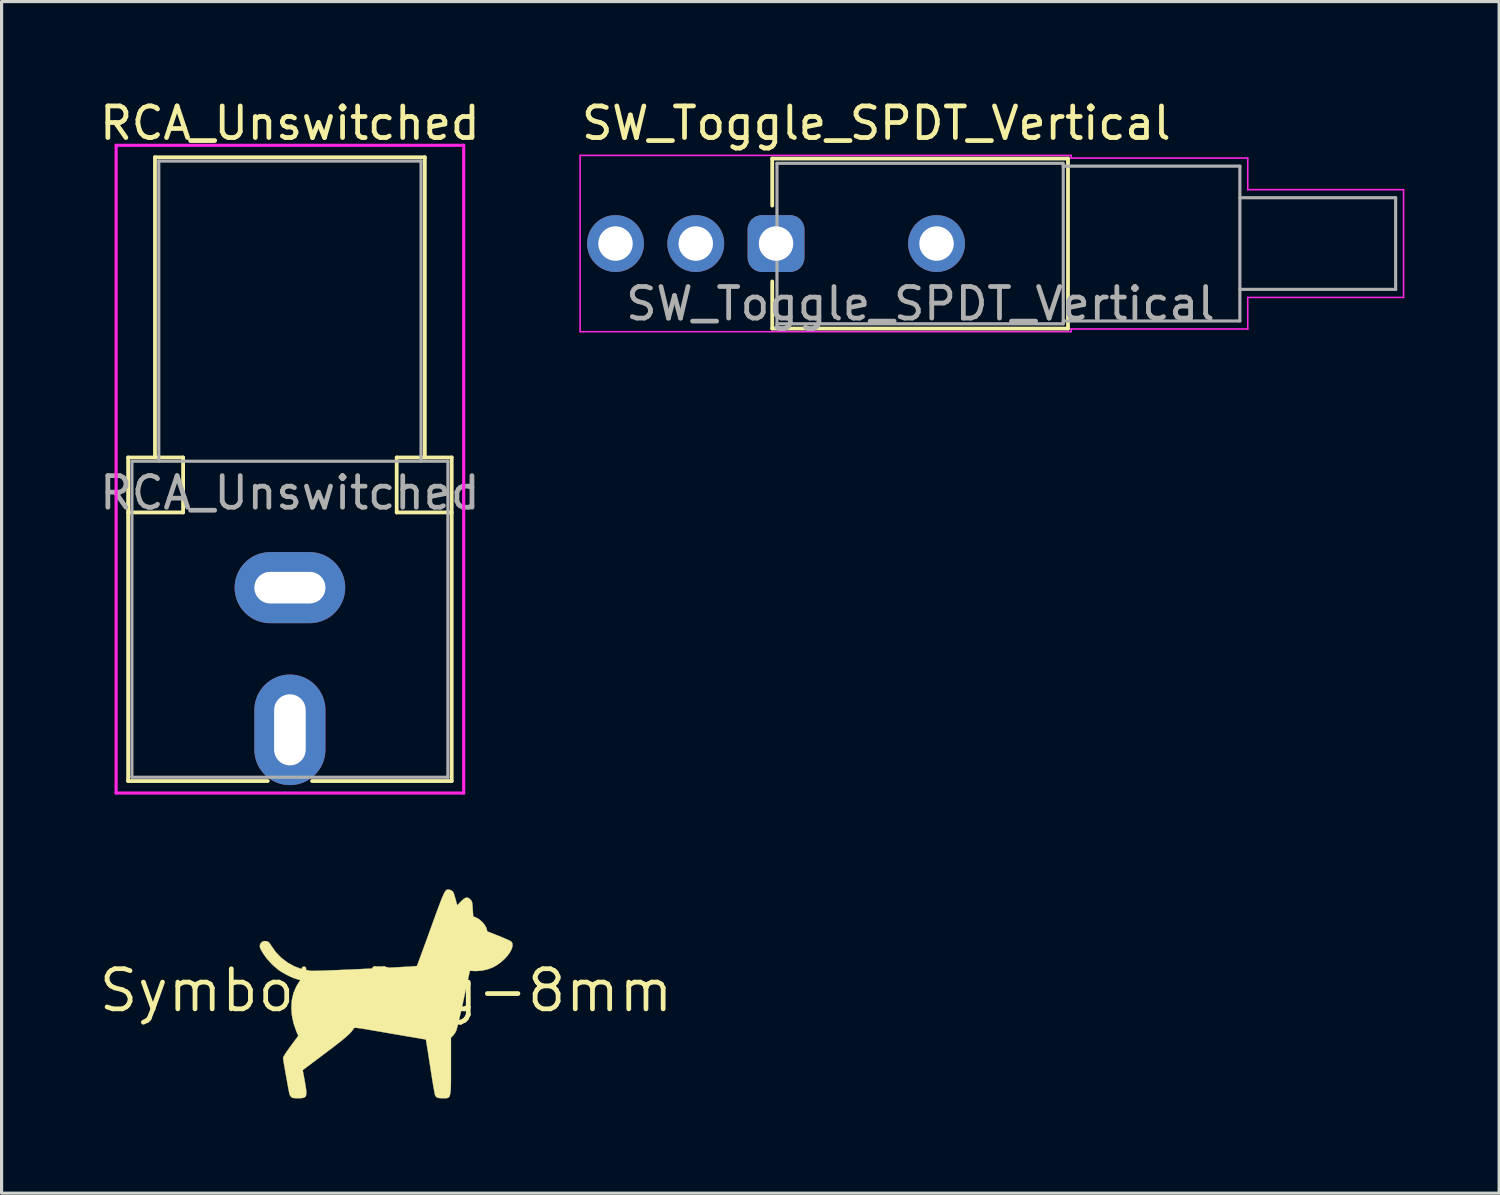
<source format=kicad_pcb>
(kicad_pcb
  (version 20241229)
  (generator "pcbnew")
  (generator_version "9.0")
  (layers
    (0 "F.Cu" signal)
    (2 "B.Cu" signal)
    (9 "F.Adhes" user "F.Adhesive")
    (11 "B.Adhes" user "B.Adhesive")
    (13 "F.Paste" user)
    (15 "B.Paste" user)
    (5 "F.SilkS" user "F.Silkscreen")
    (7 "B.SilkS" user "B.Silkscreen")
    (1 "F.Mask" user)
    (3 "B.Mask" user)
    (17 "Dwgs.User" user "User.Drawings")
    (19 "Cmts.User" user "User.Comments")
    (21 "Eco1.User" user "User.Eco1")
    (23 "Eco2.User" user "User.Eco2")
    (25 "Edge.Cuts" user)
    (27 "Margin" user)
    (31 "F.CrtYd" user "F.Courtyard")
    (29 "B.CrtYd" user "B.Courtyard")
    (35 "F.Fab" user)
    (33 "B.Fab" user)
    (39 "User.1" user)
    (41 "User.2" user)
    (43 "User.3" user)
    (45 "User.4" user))
  (footprint "SW_Toggle_SPDT_Vertical"
    (layer "F.Cu")
    (at 21.51 4.658)
    (property "Reference" "SW_Toggle_SPDT_Vertical" (at 3.175 -3.81 180) (layer "F.SilkS") (effects (font (size 1 1) (thickness 0.15))))
    (attr through_hole)
    (fp_line (start -0.12 -1.2) (end -0.12 -2.69) (stroke (width 0.12) (type solid)) (layer "F.SilkS"))
    (fp_line (start -0.12 2.69) (end -0.12 1.2) (stroke (width 0.12) (type solid)) (layer "F.SilkS"))
    (fp_line (start -0.12 2.69) (end 9.24 2.69) (stroke (width 0.12) (type solid)) (layer "F.SilkS"))
    (fp_line (start 9.24 -2.69) (end -0.12 -2.69) (stroke (width 0.12) (type solid)) (layer "F.SilkS"))
    (fp_line (start 9.24 2.69) (end 9.24 -2.69) (stroke (width 0.12) (type solid)) (layer "F.SilkS"))
    (fp_line (start -6.2 -2.79) (end 9.34 -2.79) (stroke (width 0.05) (type solid)) (layer "F.CrtYd"))
    (fp_line (start -6.2 2.79) (end -6.2 -2.79) (stroke (width 0.05) (type solid)) (layer "F.CrtYd"))
    (fp_line (start 9.34 -2.79) (end 9.34 -2.705) (stroke (width 0.05) (type solid)) (layer "F.CrtYd"))
    (fp_line (start 9.34 -2.705) (end 14.93 -2.705) (stroke (width 0.05) (type solid)) (layer "F.CrtYd"))
    (fp_line (start 9.34 2.705) (end 9.34 2.79) (stroke (width 0.05) (type solid)) (layer "F.CrtYd"))
    (fp_line (start 9.34 2.79) (end -6.2 2.79) (stroke (width 0.05) (type solid)) (layer "F.CrtYd"))
    (fp_line (start 14.93 -2.705) (end 14.93 -1.705) (stroke (width 0.05) (type solid)) (layer "F.CrtYd"))
    (fp_line (start 14.93 -1.705) (end 19.86 -1.705) (stroke (width 0.05) (type solid)) (layer "F.CrtYd"))
    (fp_line (start 14.93 2.705) (end 9.34 2.705) (stroke (width 0.05) (type solid)) (layer "F.CrtYd"))
    (fp_line (start 14.93 2.705) (end 14.93 1.705) (stroke (width 0.05) (type solid)) (layer "F.CrtYd"))
    (fp_line (start 19.86 -1.705) (end 19.86 1.705) (stroke (width 0.05) (type solid)) (layer "F.CrtYd"))
    (fp_line (start 19.86 1.705) (end 14.93 1.705) (stroke (width 0.05) (type solid)) (layer "F.CrtYd"))
    (fp_line (start 0.03 -2.54) (end 9.08 -2.54) (stroke (width 0.1) (type solid)) (layer "F.Fab"))
    (fp_line (start 0.03 2.54) (end 0.03 -2.54) (stroke (width 0.1) (type solid)) (layer "F.Fab"))
    (fp_line (start 9.09 -2.54) (end 9.09 2.54) (stroke (width 0.1) (type solid)) (layer "F.Fab"))
    (fp_line (start 9.09 2.54) (end 0.03 2.54) (stroke (width 0.1) (type solid)) (layer "F.Fab"))
    (fp_line (start 14.68 -2.45) (end 9.09 -2.45) (stroke (width 0.1) (type solid)) (layer "F.Fab"))
    (fp_line (start 14.68 2.45) (end 9.09 2.45) (stroke (width 0.1) (type solid)) (layer "F.Fab"))
    (fp_line (start 14.68 2.45) (end 14.68 -2.45) (stroke (width 0.1) (type solid)) (layer "F.Fab"))
    (fp_line (start 19.61 -1.45) (end 14.68 -1.45) (stroke (width 0.1) (type solid)) (layer "F.Fab"))
    (fp_line (start 19.61 1.45) (end 14.68 1.45) (stroke (width 0.1) (type solid)) (layer "F.Fab"))
    (fp_line (start 19.61 1.45) (end 19.61 -1.45) (stroke (width 0.1) (type solid)) (layer "F.Fab"))
    (fp_text user "${REFERENCE}" (at 4.572 1.905 180) (layer "F.Fab") (effects (font (size 1 1) (thickness 0.15))))
    (pad "" thru_hole circle (at 5.08 0 180) (size 1.8 1.8) (drill 1.09) (layers "*.Cu" "*.Mask"))
    (pad "1" thru_hole roundrect (at 0 0 180) (size 1.8 1.8) (drill 1.09) (layers "*.Cu" "*.Mask") (roundrect_rratio 0.25))
    (pad "2" thru_hole circle (at -2.54 0 180) (size 1.8 1.8) (drill 1.09) (layers "*.Cu" "*.Mask"))
    (pad "3" thru_hole circle (at -5.08 0 180) (size 1.8 1.8) (drill 1.09) (layers "*.Cu" "*.Mask")))
  (footprint "Symbol-Dog-8mm"
    (layer "F.Cu")
    (at 9.169 28.299)
    (property "Reference" "Symbol-Dog-8mm" (at 0 0 0) (layer "F.SilkS") (effects (font (size 1.27 1.27) (thickness 0.15))))
    (attr through_hole)
    (fp_poly (pts (xy 2.04 -3.181) (xy 2.101 -3.144) (xy 2.132 -3.104) (xy 2.147 -3.063) (xy 2.168 -2.994) (xy 2.193 -2.909) (xy 2.202 -2.878) (xy 2.251 -2.697) (xy 2.37 -2.82) (xy 2.451 -2.895) (xy 2.517 -2.935) (xy 2.574 -2.941) (xy 2.629 -2.915) (xy 2.667 -2.882) (xy 2.693 -2.853) (xy 2.711 -2.823) (xy 2.723 -2.782) (xy 2.732 -2.72) (xy 2.739 -2.629) (xy 2.742 -2.585) (xy 2.757 -2.348) (xy 2.861 -2.304) (xy 2.953 -2.249) (xy 3.042 -2.171) (xy 3.118 -2.08) (xy 3.169 -1.989) (xy 3.179 -1.959) (xy 3.203 -1.872) (xy 3.57 -1.726) (xy 3.688 -1.678) (xy 3.794 -1.633) (xy 3.881 -1.593) (xy 3.941 -1.563) (xy 3.969 -1.545) (xy 4 -1.481) (xy 4 -1.398) (xy 3.97 -1.303) (xy 3.914 -1.2) (xy 3.836 -1.094) (xy 3.739 -0.989) (xy 3.627 -0.89) (xy 3.503 -0.801) (xy 3.374 -0.73) (xy 3.21 -0.67) (xy 3.027 -0.63) (xy 2.846 -0.617) (xy 2.802 -0.618) (xy 2.651 -0.625) (xy 2.456 0.275) (xy 2.414 0.468) (xy 2.373 0.651) (xy 2.334 0.82) (xy 2.299 0.97) (xy 2.268 1.095) (xy 2.243 1.192) (xy 2.226 1.254) (xy 2.219 1.273) (xy 2.18 1.345) (xy 2.133 1.411) (xy 2.115 1.43) (xy 2.053 1.49) (xy 2.053 2.376) (xy 2.053 2.611) (xy 2.053 2.808) (xy 2.051 2.97) (xy 2.047 3.099) (xy 2.04 3.201) (xy 2.029 3.277) (xy 2.013 3.332) (xy 1.992 3.369) (xy 1.963 3.392) (xy 1.927 3.403) (xy 1.882 3.408) (xy 1.828 3.408) (xy 1.785 3.408) (xy 1.687 3.404) (xy 1.621 3.389) (xy 1.579 3.36) (xy 1.551 3.312) (xy 1.549 3.308) (xy 1.541 3.275) (xy 1.528 3.204) (xy 1.509 3.102) (xy 1.487 2.972) (xy 1.462 2.819) (xy 1.434 2.649) (xy 1.405 2.465) (xy 1.396 2.402) (xy 1.367 2.219) (xy 1.341 2.048) (xy 1.317 1.896) (xy 1.296 1.766) (xy 1.28 1.663) (xy 1.268 1.591) (xy 1.262 1.555) (xy 1.261 1.552) (xy 1.241 1.547) (xy 1.185 1.537) (xy 1.102 1.522) (xy 0.999 1.504) (xy 0.931 1.493) (xy 0.833 1.476) (xy 0.7 1.454) (xy 0.54 1.426) (xy 0.361 1.396) (xy 0.169 1.363) (xy -0.029 1.329) (xy -0.199 1.299) (xy -0.404 1.264) (xy -0.572 1.235) (xy -0.705 1.213) (xy -0.809 1.197) (xy -0.886 1.187) (xy -0.942 1.181) (xy -0.979 1.18) (xy -1.003 1.183) (xy -1.016 1.189) (xy -1.021 1.196) (xy -1.052 1.244) (xy -1.091 1.295) (xy -1.142 1.351) (xy -1.207 1.414) (xy -1.291 1.488) (xy -1.395 1.574) (xy -1.524 1.676) (xy -1.68 1.797) (xy -1.867 1.938) (xy -1.928 1.985) (xy -2.639 2.519) (xy -2.579 2.842) (xy -2.549 3.01) (xy -2.53 3.141) (xy -2.523 3.239) (xy -2.53 3.31) (xy -2.553 3.358) (xy -2.593 3.387) (xy -2.652 3.402) (xy -2.732 3.407) (xy -2.787 3.408) (xy -2.879 3.406) (xy -2.939 3.4) (xy -2.978 3.387) (xy -3.005 3.366) (xy -3.041 3.317) (xy -3.058 3.276) (xy -3.07 3.217) (xy -3.087 3.129) (xy -3.108 3.019) (xy -3.131 2.892) (xy -3.155 2.757) (xy -3.18 2.62) (xy -3.203 2.487) (xy -3.224 2.366) (xy -3.241 2.264) (xy -3.253 2.187) (xy -3.259 2.143) (xy -3.26 2.136) (xy -3.246 2.097) (xy -3.208 2.029) (xy -3.145 1.934) (xy -3.06 1.814) (xy -3.02 1.759) (xy -2.779 1.433) (xy -2.841 1.288) (xy -2.929 1.035) (xy -2.981 0.784) (xy -2.999 0.538) (xy -2.982 0.301) (xy -2.93 0.078) (xy -2.843 -0.126) (xy -2.795 -0.207) (xy -2.715 -0.332) (xy -2.818 -0.359) (xy -2.919 -0.392) (xy -3.04 -0.444) (xy -3.169 -0.509) (xy -3.293 -0.579) (xy -3.399 -0.647) (xy -3.418 -0.662) (xy -3.612 -0.831) (xy -3.788 -1.028) (xy -3.894 -1.178) (xy -3.954 -1.279) (xy -3.988 -1.357) (xy -3.997 -1.42) (xy -3.981 -1.473) (xy -3.957 -1.511) (xy -3.91 -1.552) (xy -3.848 -1.566) (xy -3.834 -1.566) (xy -3.769 -1.56) (xy -3.719 -1.534) (xy -3.674 -1.482) (xy -3.64 -1.429) (xy -3.496 -1.222) (xy -3.321 -1.04) (xy -3.12 -0.886) (xy -2.898 -0.764) (xy -2.661 -0.676) (xy -2.414 -0.627) (xy -2.371 -0.623) (xy -2.328 -0.622) (xy -2.249 -0.623) (xy -2.138 -0.626) (xy -1.998 -0.63) (xy -1.833 -0.636) (xy -1.647 -0.643) (xy -1.445 -0.651) (xy -1.229 -0.661) (xy -1.004 -0.67) (xy -0.775 -0.681) (xy -0.544 -0.692) (xy -0.315 -0.703) (xy -0.093 -0.713) (xy 0.118 -0.724) (xy 0.315 -0.734) (xy 0.494 -0.744) (xy 0.65 -0.753) (xy 0.78 -0.761) (xy 0.88 -0.768) (xy 0.946 -0.774) (xy 0.975 -0.778) (xy 0.975 -0.779) (xy 0.985 -0.801) (xy 1.007 -0.859) (xy 1.041 -0.95) (xy 1.086 -1.071) (xy 1.139 -1.217) (xy 1.201 -1.385) (xy 1.269 -1.571) (xy 1.342 -1.772) (xy 1.408 -1.954) (xy 1.499 -2.207) (xy 1.578 -2.423) (xy 1.645 -2.606) (xy 1.702 -2.757) (xy 1.75 -2.88) (xy 1.79 -2.977) (xy 1.823 -3.053) (xy 1.852 -3.108) (xy 1.877 -3.147) (xy 1.9 -3.173) (xy 1.921 -3.188) (xy 1.943 -3.194) (xy 1.966 -3.196) (xy 1.97 -3.196) (xy 2.04 -3.181)) (stroke (width 0.01) (type solid)) (fill yes) (layer "F.SilkS")))
  (footprint "RCA_Unswitched"
    (layer "F.Cu")
    (at 6.125 20.048)
    (property "Reference" "RCA_Unswitched" (at 0 -19.2 180) (layer "F.SilkS") (effects (font (size 1 1) (thickness 0.15))))
    (attr through_hole)
    (fp_line (start -5.12 -8.62) (end -5.12 1.62) (stroke (width 0.12) (type solid)) (layer "F.SilkS"))
    (fp_line (start -5.12 -6.88) (end -3.38 -6.88) (stroke (width 0.12) (type solid)) (layer "F.SilkS"))
    (fp_line (start -4.27 -18.12) (end 4.27 -18.12) (stroke (width 0.12) (type solid)) (layer "F.SilkS"))
    (fp_line (start -4.27 -8.62) (end -4.27 -18.12) (stroke (width 0.12) (type solid)) (layer "F.SilkS"))
    (fp_line (start -3.38 -8.62) (end -5.12 -8.62) (stroke (width 0.12) (type solid)) (layer "F.SilkS"))
    (fp_line (start -3.38 -6.88) (end -3.38 -8.62) (stroke (width 0.12) (type solid)) (layer "F.SilkS"))
    (fp_line (start -0.7 1.62) (end -5.12 1.62) (stroke (width 0.12) (type solid)) (layer "F.SilkS"))
    (fp_line (start 3.38 -6.88) (end 3.38 -8.62) (stroke (width 0.12) (type solid)) (layer "F.SilkS"))
    (fp_line (start 4.27 -18.12) (end 4.27 -8.62) (stroke (width 0.12) (type solid)) (layer "F.SilkS"))
    (fp_line (start 5.12 -8.62) (end 3.38 -8.62) (stroke (width 0.12) (type solid)) (layer "F.SilkS"))
    (fp_line (start 5.12 -8.62) (end 5.12 1.62) (stroke (width 0.12) (type solid)) (layer "F.SilkS"))
    (fp_line (start 5.12 -6.88) (end 3.38 -6.88) (stroke (width 0.12) (type solid)) (layer "F.SilkS"))
    (fp_line (start 5.12 1.62) (end 0.7 1.62) (stroke (width 0.12) (type solid)) (layer "F.SilkS"))
    (fp_line (start -5.5 -18.5) (end 5.5 -18.5) (stroke (width 0.1) (type solid)) (layer "F.CrtYd"))
    (fp_line (start -5.5 2) (end -5.5 -18.5) (stroke (width 0.1) (type solid)) (layer "F.CrtYd"))
    (fp_line (start 5.5 -18.5) (end 5.5 2) (stroke (width 0.1) (type solid)) (layer "F.CrtYd"))
    (fp_line (start 5.5 2) (end -5.5 2) (stroke (width 0.1) (type solid)) (layer "F.CrtYd"))
    (fp_line (start -5 -8.5) (end -5 1.5) (stroke (width 0.1) (type solid)) (layer "F.Fab"))
    (fp_line (start -5 1.5) (end 5 1.5) (stroke (width 0.1) (type solid)) (layer "F.Fab"))
    (fp_line (start -4.15 -18) (end 4.15 -18) (stroke (width 0.1) (type solid)) (layer "F.Fab"))
    (fp_line (start -4.15 -8.5) (end -4.15 -18) (stroke (width 0.1) (type solid)) (layer "F.Fab"))
    (fp_line (start 4.15 -18) (end 4.15 -8.5) (stroke (width 0.1) (type solid)) (layer "F.Fab"))
    (fp_line (start 5 -8.5) (end -5 -8.5) (stroke (width 0.1) (type solid)) (layer "F.Fab"))
    (fp_line (start 5 1.5) (end 5 -8.5) (stroke (width 0.1) (type solid)) (layer "F.Fab"))
    (fp_text user "${REFERENCE}" (at 0 -7.5 180) (layer "F.Fab") (effects (font (size 1 1) (thickness 0.15))))
    (pad "1" thru_hole oval (at 0 0 180) (size 2.25 3.5) (drill oval 1 2.25) (layers "*.Cu" "*.Mask"))
    (pad "2" thru_hole oval (at 0 -4.5 180) (size 3.5 2.25) (drill oval 2.25 1) (layers "*.Cu" "*.Mask")))
  (gr_rect
    (start -3 -3)
    (end 44.395 34.712)
    (stroke (width 0.1) (type default))
    (fill no)
    (layer "Edge.Cuts")))
</source>
